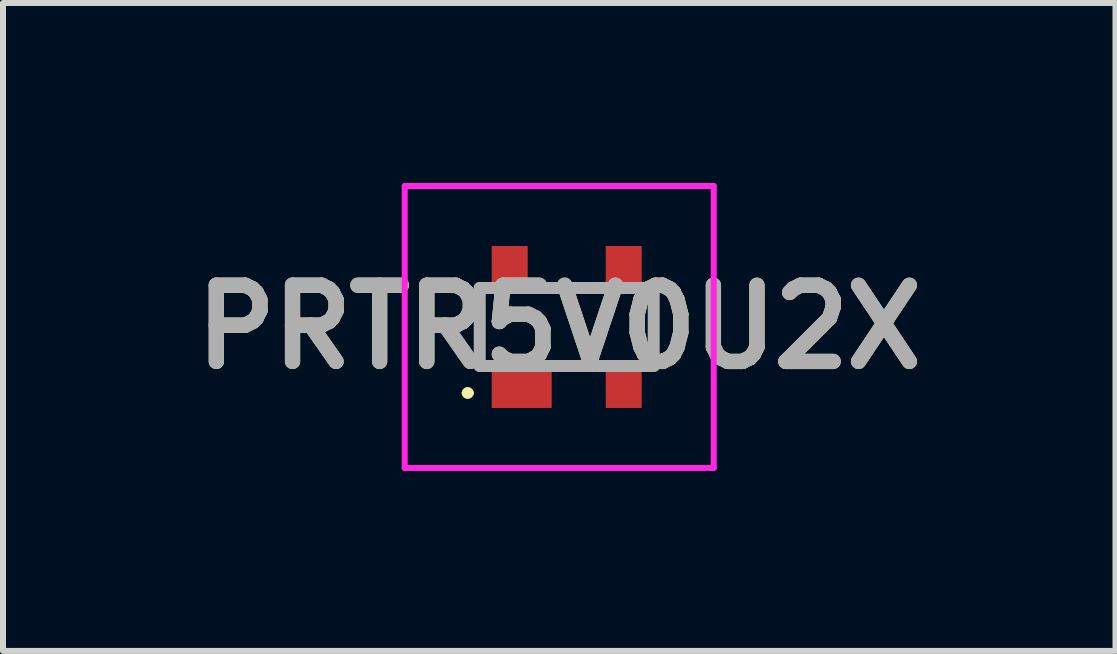
<source format=kicad_pcb>
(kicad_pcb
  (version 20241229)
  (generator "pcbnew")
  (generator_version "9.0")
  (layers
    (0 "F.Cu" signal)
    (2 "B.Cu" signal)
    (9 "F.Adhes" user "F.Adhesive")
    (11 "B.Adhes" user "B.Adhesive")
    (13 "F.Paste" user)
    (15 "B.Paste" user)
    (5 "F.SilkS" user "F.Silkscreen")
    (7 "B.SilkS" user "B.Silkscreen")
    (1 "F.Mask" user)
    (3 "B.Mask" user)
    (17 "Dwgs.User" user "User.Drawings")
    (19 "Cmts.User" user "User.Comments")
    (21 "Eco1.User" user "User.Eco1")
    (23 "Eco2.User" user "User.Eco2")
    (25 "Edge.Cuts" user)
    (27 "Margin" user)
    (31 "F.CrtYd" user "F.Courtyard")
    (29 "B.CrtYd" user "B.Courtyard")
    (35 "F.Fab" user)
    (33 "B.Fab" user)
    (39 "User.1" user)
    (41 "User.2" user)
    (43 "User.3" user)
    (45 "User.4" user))
  (footprint "PRTR5V0U2X"
    (layer "F.Cu")
    (at 6.396 2.4)
    (property "Reference" "PRTR5V0U2X" (at -0.125 0 0) (layer "F.SilkS") (effects (font (size 1.27 1.27) (thickness 0.254))))
    (attr smd)
    (fp_line (start -1.7 1.1) (end -1.7 1.1) (stroke (width 0.1) (type solid)) (layer "F.SilkS"))
    (fp_line (start -1.6 1.1) (end -1.6 1.1) (stroke (width 0.1) (type solid)) (layer "F.SilkS"))
    (fp_line (start -1.45 -0.65) (end -1.45 0.6) (stroke (width 0.1) (type solid)) (layer "F.SilkS"))
    (fp_line (start 1.45 -0.7) (end 1.45 0.65) (stroke (width 0.1) (type solid)) (layer "F.SilkS"))
    (fp_arc (start -1.7 1.1) (mid -1.65 1.05) (end -1.6 1.1) (stroke (width 0.1) (type solid)) (layer "F.SilkS"))
    (fp_arc (start -1.6 1.1) (mid -1.65 1.15) (end -1.7 1.1) (stroke (width 0.1) (type solid)) (layer "F.SilkS"))
    (fp_line (start -2.7 -2.35) (end 2.45 -2.35) (stroke (width 0.1) (type solid)) (layer "F.CrtYd"))
    (fp_line (start -2.7 2.35) (end -2.7 -2.35) (stroke (width 0.1) (type solid)) (layer "F.CrtYd"))
    (fp_line (start 2.45 -2.35) (end 2.45 2.35) (stroke (width 0.1) (type solid)) (layer "F.CrtYd"))
    (fp_line (start 2.45 2.35) (end -2.7 2.35) (stroke (width 0.1) (type solid)) (layer "F.CrtYd"))
    (fp_line (start -1.45 -0.65) (end 1.45 -0.65) (stroke (width 0.2) (type solid)) (layer "F.Fab"))
    (fp_line (start -1.45 0.65) (end -1.45 -0.65) (stroke (width 0.2) (type solid)) (layer "F.Fab"))
    (fp_line (start 1.45 -0.65) (end 1.45 0.65) (stroke (width 0.2) (type solid)) (layer "F.Fab"))
    (fp_line (start 1.45 0.65) (end -1.45 0.65) (stroke (width 0.2) (type solid)) (layer "F.Fab"))
    (fp_text user "${REFERENCE}" (at -0.125 0 0) (layer "F.Fab") (effects (font (size 1.27 1.27) (thickness 0.254))))
    (pad "1" smd rect (at -0.75 1 90) (size 0.7 1) (layers "F.Cu" "F.Mask" "F.Paste"))
    (pad "2" smd rect (at 0.95 1) (size 0.6 0.7) (layers "F.Cu" "F.Mask" "F.Paste"))
    (pad "3" smd rect (at 0.95 -1) (size 0.6 0.7) (layers "F.Cu" "F.Mask" "F.Paste"))
    (pad "4" smd rect (at -0.95 -1) (size 0.6 0.7) (layers "F.Cu" "F.Mask" "F.Paste")))
  (gr_rect
    (start -3 -3)
    (end 15.543 7.8)
    (stroke (width 0.1) (type default))
    (fill no)
    (layer "Edge.Cuts")))
</source>
